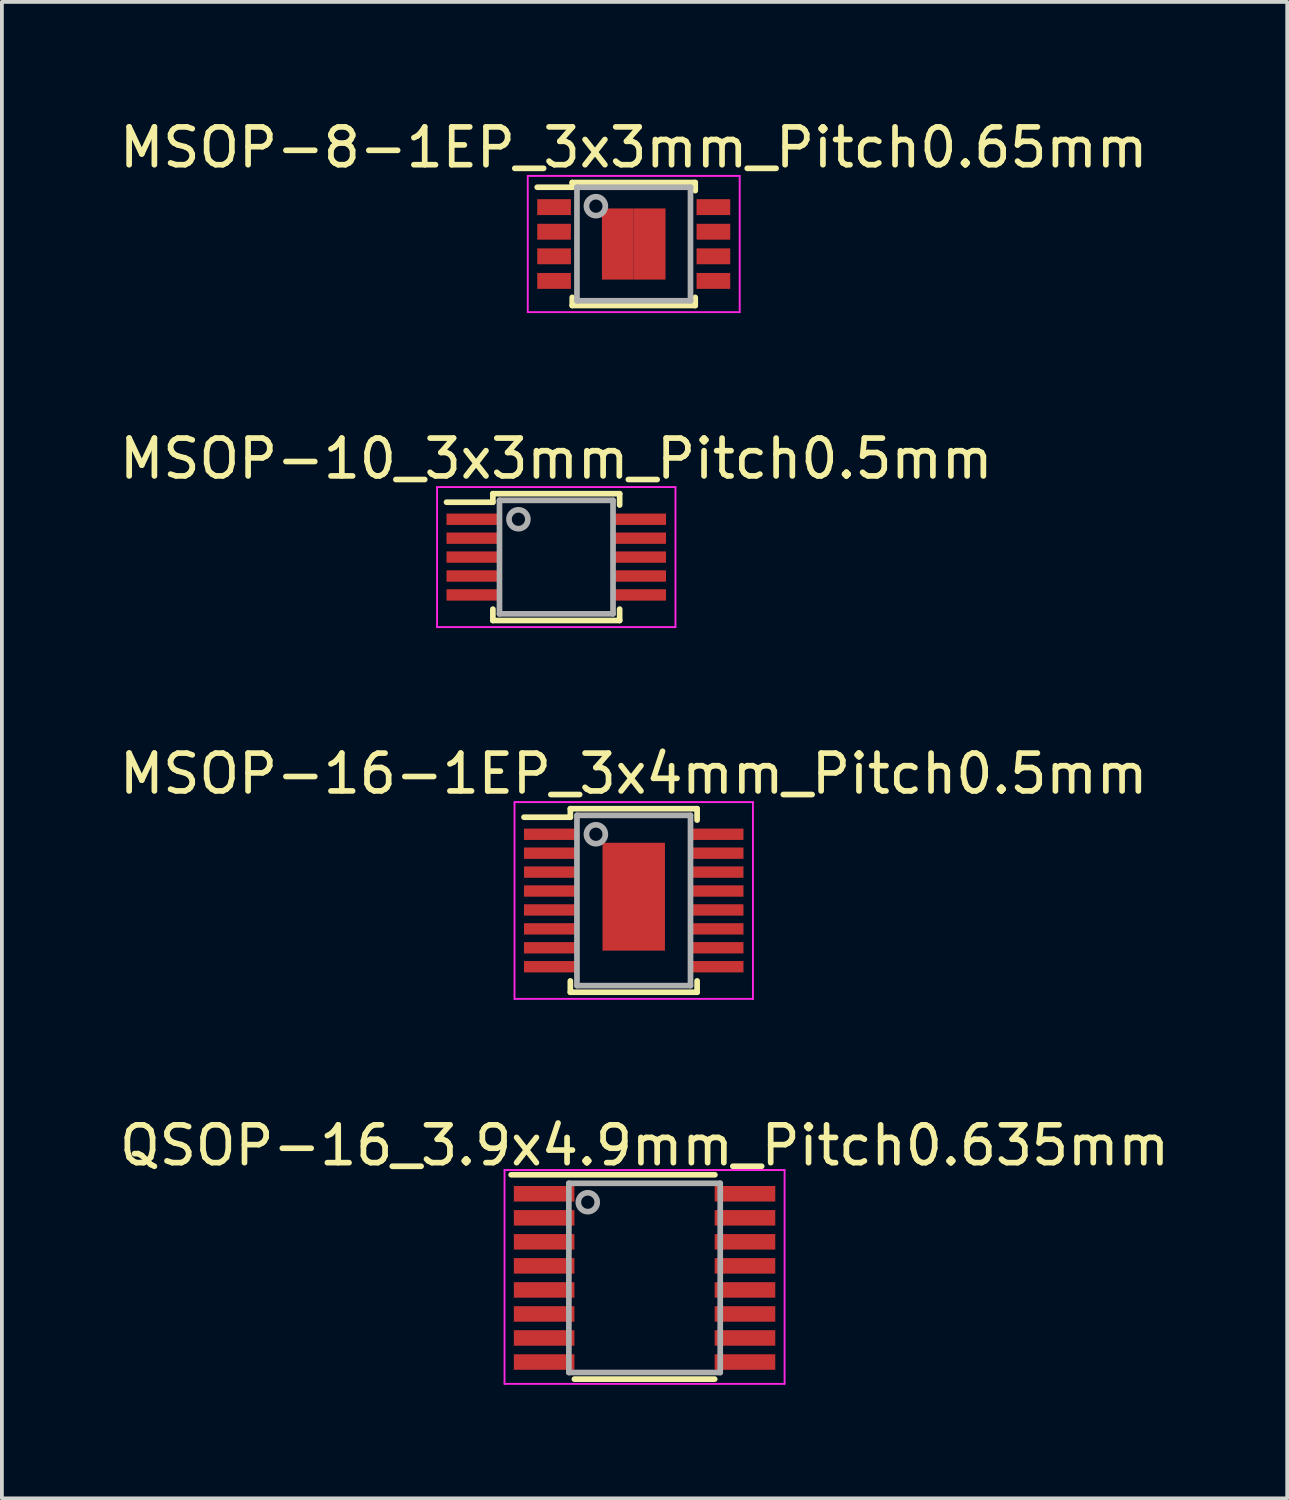
<source format=kicad_pcb>
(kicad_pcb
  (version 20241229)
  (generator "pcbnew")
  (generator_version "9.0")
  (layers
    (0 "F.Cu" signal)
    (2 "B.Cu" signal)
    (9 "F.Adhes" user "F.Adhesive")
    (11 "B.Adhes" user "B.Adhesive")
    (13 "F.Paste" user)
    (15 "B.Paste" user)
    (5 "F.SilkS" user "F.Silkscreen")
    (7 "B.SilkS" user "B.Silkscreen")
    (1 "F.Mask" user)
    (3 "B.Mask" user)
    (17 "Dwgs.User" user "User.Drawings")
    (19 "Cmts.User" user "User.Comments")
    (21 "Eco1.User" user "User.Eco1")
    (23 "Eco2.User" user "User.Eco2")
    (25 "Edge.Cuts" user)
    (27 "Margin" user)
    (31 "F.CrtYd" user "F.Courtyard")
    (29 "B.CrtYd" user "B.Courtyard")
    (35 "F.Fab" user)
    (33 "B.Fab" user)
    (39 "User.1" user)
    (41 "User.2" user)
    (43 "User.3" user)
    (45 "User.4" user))
  (footprint "MSOP-8-1EP_3x3mm_Pitch0.65mm"
    (layer "F.Cu")
    (at 13.696 3.398)
    (property "Reference" "MSOP-8-1EP_3x3mm_Pitch0.65mm" (at 0 -2.55 0) (layer "F.SilkS") (effects (font (size 1 1) (thickness 0.15))))
    (attr smd)
    (fp_line (start -1.625 -1.625) (end -1.625 -1.5) (stroke (width 0.15) (type solid)) (layer "F.SilkS"))
    (fp_line (start -1.625 -1.625) (end 1.625 -1.625) (stroke (width 0.15) (type solid)) (layer "F.SilkS"))
    (fp_line (start -1.625 -1.5) (end -2.55 -1.5) (stroke (width 0.15) (type solid)) (layer "F.SilkS"))
    (fp_line (start -1.625 1.625) (end -1.625 1.41) (stroke (width 0.15) (type solid)) (layer "F.SilkS"))
    (fp_line (start -1.625 1.625) (end 1.625 1.625) (stroke (width 0.15) (type solid)) (layer "F.SilkS"))
    (fp_line (start 1.625 -1.625) (end 1.625 -1.41) (stroke (width 0.15) (type solid)) (layer "F.SilkS"))
    (fp_line (start 1.625 1.625) (end 1.625 1.41) (stroke (width 0.15) (type solid)) (layer "F.SilkS"))
    (fp_line (start -2.8 -1.8) (end -2.8 1.8) (stroke (width 0.05) (type solid)) (layer "F.CrtYd"))
    (fp_line (start -2.8 -1.8) (end 2.8 -1.8) (stroke (width 0.05) (type solid)) (layer "F.CrtYd"))
    (fp_line (start -2.8 1.8) (end 2.8 1.8) (stroke (width 0.05) (type solid)) (layer "F.CrtYd"))
    (fp_line (start 2.8 -1.8) (end 2.8 1.8) (stroke (width 0.05) (type solid)) (layer "F.CrtYd"))
    (fp_line (start -1.5 -1.5) (end 1.5 -1.5) (stroke (width 0.15) (type solid)) (layer "F.Fab"))
    (fp_line (start -1.5 1.5) (end -1.5 -1.5) (stroke (width 0.15) (type solid)) (layer "F.Fab"))
    (fp_line (start 1.5 -1.5) (end 1.5 1.5) (stroke (width 0.15) (type solid)) (layer "F.Fab"))
    (fp_line (start 1.5 1.5) (end -1.5 1.5) (stroke (width 0.15) (type solid)) (layer "F.Fab"))
    (fp_circle (center -1 -1) (end -1.25 -1) (stroke (width 0.15) (type solid)) (fill no) (layer "F.Fab"))
    (pad "1" smd rect (at -2.105 -0.975) (size 0.89 0.42) (layers "F.Cu" "F.Mask" "F.Paste"))
    (pad "2" smd rect (at -2.105 -0.325) (size 0.89 0.42) (layers "F.Cu" "F.Mask" "F.Paste"))
    (pad "3" smd rect (at -2.105 0.325) (size 0.89 0.42) (layers "F.Cu" "F.Mask" "F.Paste"))
    (pad "4" smd rect (at -2.105 0.975) (size 0.89 0.42) (layers "F.Cu" "F.Mask" "F.Paste"))
    (pad "5" smd rect (at 2.105 0.975) (size 0.89 0.42) (layers "F.Cu" "F.Mask" "F.Paste"))
    (pad "6" smd rect (at 2.105 0.325) (size 0.89 0.42) (layers "F.Cu" "F.Mask" "F.Paste"))
    (pad "7" smd rect (at 2.105 -0.325) (size 0.89 0.42) (layers "F.Cu" "F.Mask" "F.Paste"))
    (pad "8" smd rect (at 2.105 -0.975) (size 0.89 0.42) (layers "F.Cu" "F.Mask" "F.Paste"))
    (pad "9" smd rect (at -0.42 -0.47) (size 0.84 0.94) (layers "F.Cu" "F.Mask" "F.Paste"))
    (pad "9" smd rect (at -0.42 0.47) (size 0.84 0.94) (layers "F.Cu" "F.Mask" "F.Paste"))
    (pad "9" smd rect (at 0.42 -0.47) (size 0.84 0.94) (layers "F.Cu" "F.Mask" "F.Paste"))
    (pad "9" smd rect (at 0.42 0.47) (size 0.84 0.94) (layers "F.Cu" "F.Mask" "F.Paste")))
  (footprint "MSOP-16-1EP_3x4mm_Pitch0.5mm"
    (layer "F.Cu")
    (at 13.696 20.745)
    (property "Reference" "MSOP-16-1EP_3x4mm_Pitch0.5mm" (at 0 -3.35 0) (layer "F.SilkS") (effects (font (size 1 1) (thickness 0.15))))
    (attr smd)
    (fp_line (start -1.675 -2.425) (end -1.675 -2.2) (stroke (width 0.15) (type solid)) (layer "F.SilkS"))
    (fp_line (start -1.675 -2.425) (end 1.675 -2.425) (stroke (width 0.15) (type solid)) (layer "F.SilkS"))
    (fp_line (start -1.675 -2.2) (end -2.9 -2.2) (stroke (width 0.15) (type solid)) (layer "F.SilkS"))
    (fp_line (start -1.675 2.425) (end -1.675 2.125) (stroke (width 0.15) (type solid)) (layer "F.SilkS"))
    (fp_line (start -1.675 2.425) (end 1.675 2.425) (stroke (width 0.15) (type solid)) (layer "F.SilkS"))
    (fp_line (start 1.675 -2.425) (end 1.675 -2.125) (stroke (width 0.15) (type solid)) (layer "F.SilkS"))
    (fp_line (start 1.675 2.425) (end 1.675 2.125) (stroke (width 0.15) (type solid)) (layer "F.SilkS"))
    (fp_line (start -3.15 -2.6) (end -3.15 2.6) (stroke (width 0.05) (type solid)) (layer "F.CrtYd"))
    (fp_line (start -3.15 -2.6) (end 3.15 -2.6) (stroke (width 0.05) (type solid)) (layer "F.CrtYd"))
    (fp_line (start -3.15 2.6) (end 3.15 2.6) (stroke (width 0.05) (type solid)) (layer "F.CrtYd"))
    (fp_line (start 3.15 -2.6) (end 3.15 2.6) (stroke (width 0.05) (type solid)) (layer "F.CrtYd"))
    (fp_line (start -1.5 -2.25) (end 1.5 -2.25) (stroke (width 0.15) (type solid)) (layer "F.Fab"))
    (fp_line (start -1.5 2.25) (end -1.5 -2.25) (stroke (width 0.15) (type solid)) (layer "F.Fab"))
    (fp_line (start 1.5 -2.25) (end 1.5 2.25) (stroke (width 0.15) (type solid)) (layer "F.Fab"))
    (fp_line (start 1.5 2.25) (end -1.5 2.25) (stroke (width 0.15) (type solid)) (layer "F.Fab"))
    (fp_circle (center -1 -1.75) (end -1.25 -1.75) (stroke (width 0.15) (type solid)) (fill no) (layer "F.Fab"))
    (pad "1" smd rect (at -2.2 -1.75) (size 1.4 0.3) (layers "F.Cu" "F.Mask" "F.Paste"))
    (pad "2" smd rect (at -2.2 -1.25) (size 1.4 0.3) (layers "F.Cu" "F.Mask" "F.Paste"))
    (pad "3" smd rect (at -2.2 -0.75) (size 1.4 0.3) (layers "F.Cu" "F.Mask" "F.Paste"))
    (pad "4" smd rect (at -2.2 -0.25) (size 1.4 0.3) (layers "F.Cu" "F.Mask" "F.Paste"))
    (pad "5" smd rect (at -2.2 0.25) (size 1.4 0.3) (layers "F.Cu" "F.Mask" "F.Paste"))
    (pad "6" smd rect (at -2.2 0.75) (size 1.4 0.3) (layers "F.Cu" "F.Mask" "F.Paste"))
    (pad "7" smd rect (at -2.2 1.25) (size 1.4 0.3) (layers "F.Cu" "F.Mask" "F.Paste"))
    (pad "8" smd rect (at -2.2 1.75) (size 1.4 0.3) (layers "F.Cu" "F.Mask" "F.Paste"))
    (pad "9" smd rect (at 2.2 1.75) (size 1.4 0.3) (layers "F.Cu" "F.Mask" "F.Paste"))
    (pad "10" smd rect (at 2.2 1.25) (size 1.4 0.3) (layers "F.Cu" "F.Mask" "F.Paste"))
    (pad "11" smd rect (at 2.2 0.75) (size 1.4 0.3) (layers "F.Cu" "F.Mask" "F.Paste"))
    (pad "12" smd rect (at 2.2 0.25) (size 1.4 0.3) (layers "F.Cu" "F.Mask" "F.Paste"))
    (pad "13" smd rect (at 2.2 -0.25) (size 1.4 0.3) (layers "F.Cu" "F.Mask" "F.Paste"))
    (pad "14" smd rect (at 2.2 -0.75) (size 1.4 0.3) (layers "F.Cu" "F.Mask" "F.Paste"))
    (pad "15" smd rect (at 2.2 -1.25) (size 1.4 0.3) (layers "F.Cu" "F.Mask" "F.Paste"))
    (pad "16" smd rect (at 2.2 -1.75) (size 1.4 0.3) (layers "F.Cu" "F.Mask" "F.Paste"))
    (pad "17" smd rect (at 0 -0.1) (size 1.65 2.85) (layers "F.Cu" "F.Mask" "F.Paste")))
  (footprint "QSOP-16_3.9x4.9mm_Pitch0.635mm"
    (layer "F.Cu")
    (at 13.982 30.718)
    (property "Reference" "QSOP-16_3.9x4.9mm_Pitch0.635mm" (at 0 -3.5 0) (layer "F.SilkS") (effects (font (size 1 1) (thickness 0.15))))
    (attr smd)
    (fp_line (start -3.525 -2.725) (end 1.859 -2.725) (stroke (width 0.15) (type solid)) (layer "F.SilkS"))
    (fp_line (start -1.854 2.675) (end 1.854 2.675) (stroke (width 0.15) (type solid)) (layer "F.SilkS"))
    (fp_line (start -3.7 -2.85) (end -3.7 2.8) (stroke (width 0.05) (type solid)) (layer "F.CrtYd"))
    (fp_line (start -3.7 -2.85) (end 3.7 -2.85) (stroke (width 0.05) (type solid)) (layer "F.CrtYd"))
    (fp_line (start -3.7 2.8) (end 3.7 2.8) (stroke (width 0.05) (type solid)) (layer "F.CrtYd"))
    (fp_line (start 3.7 -2.85) (end 3.7 2.8) (stroke (width 0.05) (type solid)) (layer "F.CrtYd"))
    (fp_line (start -2 -2.5) (end 2 -2.5) (stroke (width 0.15) (type solid)) (layer "F.Fab"))
    (fp_line (start -2 2.5) (end -2 -2.5) (stroke (width 0.15) (type solid)) (layer "F.Fab"))
    (fp_line (start 2 -2.5) (end 2 2.5) (stroke (width 0.15) (type solid)) (layer "F.Fab"))
    (fp_line (start 2 2.5) (end -2 2.5) (stroke (width 0.15) (type solid)) (layer "F.Fab"))
    (fp_circle (center -1.5 -2) (end -1.75 -2) (stroke (width 0.15) (type solid)) (fill no) (layer "F.Fab"))
    (pad "1" smd rect (at -2.654 -2.223) (size 1.6 0.41) (layers "F.Cu" "F.Mask" "F.Paste"))
    (pad "2" smd rect (at -2.654 -1.587) (size 1.6 0.41) (layers "F.Cu" "F.Mask" "F.Paste"))
    (pad "3" smd rect (at -2.654 -0.953) (size 1.6 0.41) (layers "F.Cu" "F.Mask" "F.Paste"))
    (pad "4" smd rect (at -2.654 -0.318) (size 1.6 0.41) (layers "F.Cu" "F.Mask" "F.Paste"))
    (pad "5" smd rect (at -2.654 0.318) (size 1.6 0.41) (layers "F.Cu" "F.Mask" "F.Paste"))
    (pad "6" smd rect (at -2.654 0.953) (size 1.6 0.41) (layers "F.Cu" "F.Mask" "F.Paste"))
    (pad "7" smd rect (at -2.654 1.587) (size 1.6 0.41) (layers "F.Cu" "F.Mask" "F.Paste"))
    (pad "8" smd rect (at -2.654 2.223) (size 1.6 0.41) (layers "F.Cu" "F.Mask" "F.Paste"))
    (pad "9" smd rect (at 2.654 2.223) (size 1.6 0.41) (layers "F.Cu" "F.Mask" "F.Paste"))
    (pad "10" smd rect (at 2.654 1.587) (size 1.6 0.41) (layers "F.Cu" "F.Mask" "F.Paste"))
    (pad "11" smd rect (at 2.654 0.953) (size 1.6 0.41) (layers "F.Cu" "F.Mask" "F.Paste"))
    (pad "12" smd rect (at 2.654 0.318) (size 1.6 0.41) (layers "F.Cu" "F.Mask" "F.Paste"))
    (pad "13" smd rect (at 2.654 -0.318) (size 1.6 0.41) (layers "F.Cu" "F.Mask" "F.Paste"))
    (pad "14" smd rect (at 2.654 -0.953) (size 1.6 0.41) (layers "F.Cu" "F.Mask" "F.Paste"))
    (pad "15" smd rect (at 2.654 -1.587) (size 1.6 0.41) (layers "F.Cu" "F.Mask" "F.Paste"))
    (pad "16" smd rect (at 2.654 -2.223) (size 1.6 0.41) (layers "F.Cu" "F.Mask" "F.Paste")))
  (footprint "MSOP-10_3x3mm_Pitch0.5mm"
    (layer "F.Cu")
    (at 11.649 11.671)
    (property "Reference" "MSOP-10_3x3mm_Pitch0.5mm" (at 0 -2.6 0) (layer "F.SilkS") (effects (font (size 1 1) (thickness 0.15))))
    (attr smd)
    (fp_line (start -1.675 -1.675) (end -1.675 -1.45) (stroke (width 0.15) (type solid)) (layer "F.SilkS"))
    (fp_line (start -1.675 -1.675) (end 1.675 -1.675) (stroke (width 0.15) (type solid)) (layer "F.SilkS"))
    (fp_line (start -1.675 -1.45) (end -2.9 -1.45) (stroke (width 0.15) (type solid)) (layer "F.SilkS"))
    (fp_line (start -1.675 1.675) (end -1.675 1.375) (stroke (width 0.15) (type solid)) (layer "F.SilkS"))
    (fp_line (start -1.675 1.675) (end 1.675 1.675) (stroke (width 0.15) (type solid)) (layer "F.SilkS"))
    (fp_line (start 1.675 -1.675) (end 1.675 -1.375) (stroke (width 0.15) (type solid)) (layer "F.SilkS"))
    (fp_line (start 1.675 1.675) (end 1.675 1.375) (stroke (width 0.15) (type solid)) (layer "F.SilkS"))
    (fp_line (start -3.15 -1.85) (end -3.15 1.85) (stroke (width 0.05) (type solid)) (layer "F.CrtYd"))
    (fp_line (start -3.15 -1.85) (end 3.15 -1.85) (stroke (width 0.05) (type solid)) (layer "F.CrtYd"))
    (fp_line (start -3.15 1.85) (end 3.15 1.85) (stroke (width 0.05) (type solid)) (layer "F.CrtYd"))
    (fp_line (start 3.15 -1.85) (end 3.15 1.85) (stroke (width 0.05) (type solid)) (layer "F.CrtYd"))
    (fp_line (start -1.5 -1.5) (end 1.5 -1.5) (stroke (width 0.15) (type solid)) (layer "F.Fab"))
    (fp_line (start -1.5 1.5) (end -1.5 -1.5) (stroke (width 0.15) (type solid)) (layer "F.Fab"))
    (fp_line (start 1.5 -1.5) (end 1.5 1.5) (stroke (width 0.15) (type solid)) (layer "F.Fab"))
    (fp_line (start 1.5 1.5) (end -1.5 1.5) (stroke (width 0.15) (type solid)) (layer "F.Fab"))
    (fp_circle (center -1 -1) (end -1.25 -1) (stroke (width 0.15) (type solid)) (fill no) (layer "F.Fab"))
    (pad "1" smd rect (at -2.2 -1) (size 1.4 0.3) (layers "F.Cu" "F.Mask" "F.Paste"))
    (pad "2" smd rect (at -2.2 -0.5) (size 1.4 0.3) (layers "F.Cu" "F.Mask" "F.Paste"))
    (pad "3" smd rect (at -2.2 0) (size 1.4 0.3) (layers "F.Cu" "F.Mask" "F.Paste"))
    (pad "4" smd rect (at -2.2 0.5) (size 1.4 0.3) (layers "F.Cu" "F.Mask" "F.Paste"))
    (pad "5" smd rect (at -2.2 1) (size 1.4 0.3) (layers "F.Cu" "F.Mask" "F.Paste"))
    (pad "6" smd rect (at 2.2 1) (size 1.4 0.3) (layers "F.Cu" "F.Mask" "F.Paste"))
    (pad "7" smd rect (at 2.2 0.5) (size 1.4 0.3) (layers "F.Cu" "F.Mask" "F.Paste"))
    (pad "8" smd rect (at 2.2 0) (size 1.4 0.3) (layers "F.Cu" "F.Mask" "F.Paste"))
    (pad "9" smd rect (at 2.2 -0.5) (size 1.4 0.3) (layers "F.Cu" "F.Mask" "F.Paste"))
    (pad "10" smd rect (at 2.2 -1) (size 1.4 0.3) (layers "F.Cu" "F.Mask" "F.Paste")))
  (gr_rect
    (start -3 -3)
    (end 30.964 36.543)
    (stroke (width 0.1) (type default))
    (fill no)
    (layer "Edge.Cuts")))
</source>
